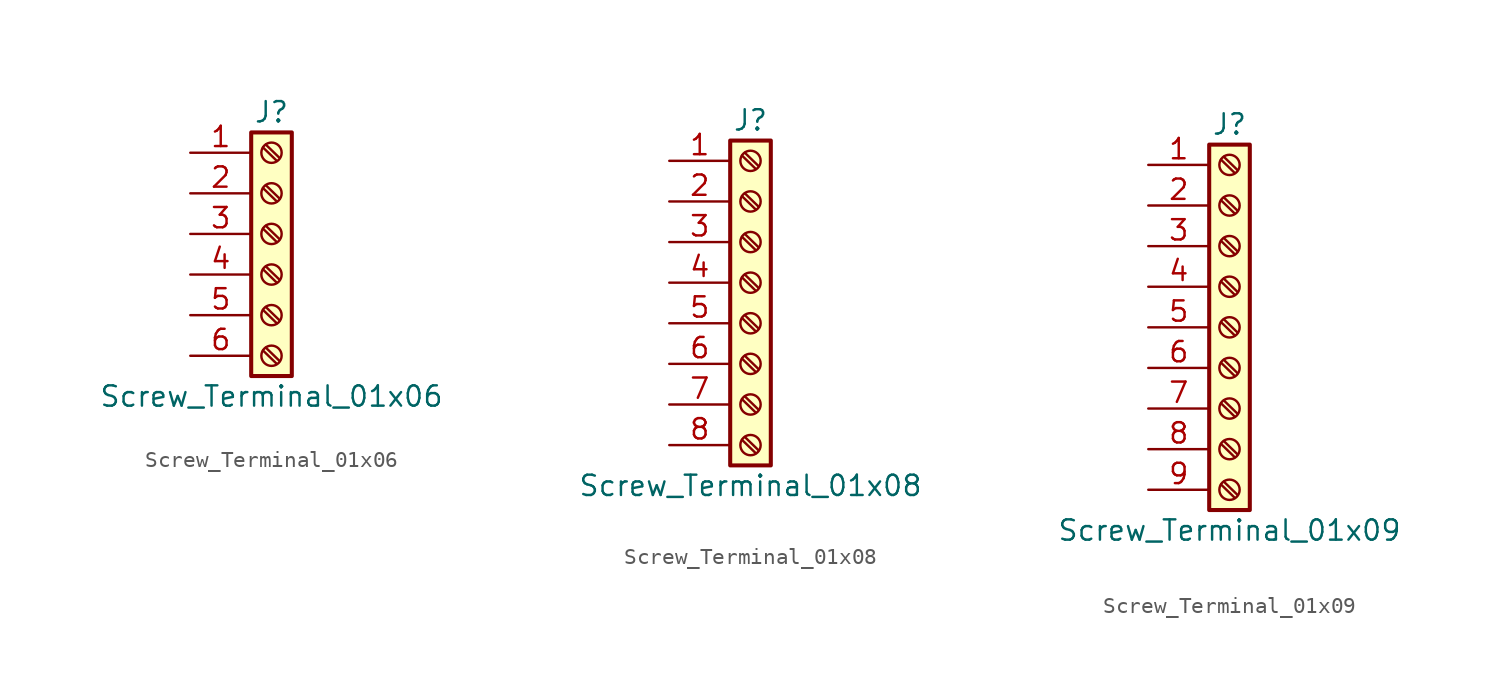
<source format=kicad_sym>
(kicad_symbol_lib
  (version 20201005)
  (generator kicad_symbol_editor)
  (symbol "Connector:Screw_Terminal_01x06"
    (pin_names
      (offset 1.016) hide)
    (property "Reference" "J"
      (at 0 7.62 0)
      (effects (font (size 1.27 1.27))))
    (property "Value" "Screw_Terminal_01x06"
      (at 0 -10.16 0)
      (effects (font (size 1.27 1.27))))
    (symbol "Screw_Terminal_01x06_1_1"
      (circle (center 0 -7.62) (radius 0.635) (stroke (width 0.152)) (fill (type none)))
      (circle (center 0 -5.08) (radius 0.635) (stroke (width 0.152)) (fill (type none)))
      (circle (center 0 -2.54) (radius 0.635) (stroke (width 0.152)) (fill (type none)))
      (circle (center 0 0) (radius 0.635) (stroke (width 0.152)) (fill (type none)))
      (circle (center 0 2.54) (radius 0.635) (stroke (width 0.152)) (fill (type none)))
      (circle (center 0 5.08) (radius 0.635) (stroke (width 0.152)) (fill (type none)))
      (rectangle (start -1.27 6.35) (end 1.27 -8.89) (stroke (width 0.254)) (fill (type background)))
      (polyline (pts (xy -0.533 -7.29) (xy 0.33 -8.128)) (stroke (width 0.152)) (fill (type none)))
      (polyline (pts (xy -0.533 -4.75) (xy 0.33 -5.588)) (stroke (width 0.152)) (fill (type none)))
      (polyline (pts (xy -0.533 -2.21) (xy 0.33 -3.048)) (stroke (width 0.152)) (fill (type none)))
      (polyline (pts (xy -0.533 0.33) (xy 0.33 -0.508)) (stroke (width 0.152)) (fill (type none)))
      (polyline (pts (xy -0.533 2.87) (xy 0.33 2.032)) (stroke (width 0.152)) (fill (type none)))
      (polyline (pts (xy -0.533 5.41) (xy 0.33 4.572)) (stroke (width 0.152)) (fill (type none)))
      (polyline (pts (xy -0.356 -7.112) (xy 0.508 -7.95)) (stroke (width 0.152)) (fill (type none)))
      (polyline (pts (xy -0.356 -4.572) (xy 0.508 -5.41)) (stroke (width 0.152)) (fill (type none)))
      (polyline (pts (xy -0.356 -2.032) (xy 0.508 -2.87)) (stroke (width 0.152)) (fill (type none)))
      (polyline (pts (xy -0.356 0.508) (xy 0.508 -0.33)) (stroke (width 0.152)) (fill (type none)))
      (polyline (pts (xy -0.356 3.048) (xy 0.508 2.21)) (stroke (width 0.152)) (fill (type none)))
      (polyline (pts (xy -0.356 5.588) (xy 0.508 4.75)) (stroke (width 0.152)) (fill (type none)))
      (pin passive line (at -5.08 5.08 0) (length 3.81) (name "Pin_1" (effects (font (size 1.27 1.27)))) (number "1" (effects (font (size 1.27 1.27)))))
      (pin passive line (at -5.08 2.54 0) (length 3.81) (name "Pin_2" (effects (font (size 1.27 1.27)))) (number "2" (effects (font (size 1.27 1.27)))))
      (pin passive line (at -5.08 0 0) (length 3.81) (name "Pin_3" (effects (font (size 1.27 1.27)))) (number "3" (effects (font (size 1.27 1.27)))))
      (pin passive line (at -5.08 -2.54 0) (length 3.81) (name "Pin_4" (effects (font (size 1.27 1.27)))) (number "4" (effects (font (size 1.27 1.27)))))
      (pin passive line (at -5.08 -5.08 0) (length 3.81) (name "Pin_5" (effects (font (size 1.27 1.27)))) (number "5" (effects (font (size 1.27 1.27)))))
      (pin passive line (at -5.08 -7.62 0) (length 3.81) (name "Pin_6" (effects (font (size 1.27 1.27)))) (number "6" (effects (font (size 1.27 1.27)))))))
  (symbol "Connector:Screw_Terminal_01x08"
    (pin_names
      (offset 1.016) hide)
    (property "Reference" "J"
      (at 0 10.16 0)
      (effects (font (size 1.27 1.27))))
    (property "Value" "Screw_Terminal_01x08"
      (at 0 -12.7 0)
      (effects (font (size 1.27 1.27))))
    (symbol "Screw_Terminal_01x08_1_1"
      (circle (center 0 -10.16) (radius 0.635) (stroke (width 0.152)) (fill (type none)))
      (circle (center 0 -7.62) (radius 0.635) (stroke (width 0.152)) (fill (type none)))
      (circle (center 0 -5.08) (radius 0.635) (stroke (width 0.152)) (fill (type none)))
      (circle (center 0 -2.54) (radius 0.635) (stroke (width 0.152)) (fill (type none)))
      (circle (center 0 0) (radius 0.635) (stroke (width 0.152)) (fill (type none)))
      (circle (center 0 2.54) (radius 0.635) (stroke (width 0.152)) (fill (type none)))
      (circle (center 0 5.08) (radius 0.635) (stroke (width 0.152)) (fill (type none)))
      (circle (center 0 7.62) (radius 0.635) (stroke (width 0.152)) (fill (type none)))
      (rectangle (start -1.27 8.89) (end 1.27 -11.43) (stroke (width 0.254)) (fill (type background)))
      (polyline (pts (xy -0.533 -9.83) (xy 0.33 -10.668)) (stroke (width 0.152)) (fill (type none)))
      (polyline (pts (xy -0.533 -7.29) (xy 0.33 -8.128)) (stroke (width 0.152)) (fill (type none)))
      (polyline (pts (xy -0.533 -4.75) (xy 0.33 -5.588)) (stroke (width 0.152)) (fill (type none)))
      (polyline (pts (xy -0.533 -2.21) (xy 0.33 -3.048)) (stroke (width 0.152)) (fill (type none)))
      (polyline (pts (xy -0.533 0.33) (xy 0.33 -0.508)) (stroke (width 0.152)) (fill (type none)))
      (polyline (pts (xy -0.533 2.87) (xy 0.33 2.032)) (stroke (width 0.152)) (fill (type none)))
      (polyline (pts (xy -0.533 5.41) (xy 0.33 4.572)) (stroke (width 0.152)) (fill (type none)))
      (polyline (pts (xy -0.533 7.95) (xy 0.33 7.112)) (stroke (width 0.152)) (fill (type none)))
      (polyline (pts (xy -0.356 -9.652) (xy 0.508 -10.49)) (stroke (width 0.152)) (fill (type none)))
      (polyline (pts (xy -0.356 -7.112) (xy 0.508 -7.95)) (stroke (width 0.152)) (fill (type none)))
      (polyline (pts (xy -0.356 -4.572) (xy 0.508 -5.41)) (stroke (width 0.152)) (fill (type none)))
      (polyline (pts (xy -0.356 -2.032) (xy 0.508 -2.87)) (stroke (width 0.152)) (fill (type none)))
      (polyline (pts (xy -0.356 0.508) (xy 0.508 -0.33)) (stroke (width 0.152)) (fill (type none)))
      (polyline (pts (xy -0.356 3.048) (xy 0.508 2.21)) (stroke (width 0.152)) (fill (type none)))
      (polyline (pts (xy -0.356 5.588) (xy 0.508 4.75)) (stroke (width 0.152)) (fill (type none)))
      (polyline (pts (xy -0.356 8.128) (xy 0.508 7.29)) (stroke (width 0.152)) (fill (type none)))
      (pin passive line (at -5.08 7.62 0) (length 3.81) (name "Pin_1" (effects (font (size 1.27 1.27)))) (number "1" (effects (font (size 1.27 1.27)))))
      (pin passive line (at -5.08 5.08 0) (length 3.81) (name "Pin_2" (effects (font (size 1.27 1.27)))) (number "2" (effects (font (size 1.27 1.27)))))
      (pin passive line (at -5.08 2.54 0) (length 3.81) (name "Pin_3" (effects (font (size 1.27 1.27)))) (number "3" (effects (font (size 1.27 1.27)))))
      (pin passive line (at -5.08 0 0) (length 3.81) (name "Pin_4" (effects (font (size 1.27 1.27)))) (number "4" (effects (font (size 1.27 1.27)))))
      (pin passive line (at -5.08 -2.54 0) (length 3.81) (name "Pin_5" (effects (font (size 1.27 1.27)))) (number "5" (effects (font (size 1.27 1.27)))))
      (pin passive line (at -5.08 -5.08 0) (length 3.81) (name "Pin_6" (effects (font (size 1.27 1.27)))) (number "6" (effects (font (size 1.27 1.27)))))
      (pin passive line (at -5.08 -7.62 0) (length 3.81) (name "Pin_7" (effects (font (size 1.27 1.27)))) (number "7" (effects (font (size 1.27 1.27)))))
      (pin passive line (at -5.08 -10.16 0) (length 3.81) (name "Pin_8" (effects (font (size 1.27 1.27)))) (number "8" (effects (font (size 1.27 1.27)))))))
  (symbol "Connector:Screw_Terminal_01x09"
    (pin_names
      (offset 1.016) hide)
    (property "Reference" "J"
      (at 0 12.7 0)
      (effects (font (size 1.27 1.27))))
    (property "Value" "Screw_Terminal_01x09"
      (at 0 -12.7 0)
      (effects (font (size 1.27 1.27))))
    (symbol "Screw_Terminal_01x09_1_1"
      (circle (center 0 -10.16) (radius 0.635) (stroke (width 0.152)) (fill (type none)))
      (circle (center 0 -7.62) (radius 0.635) (stroke (width 0.152)) (fill (type none)))
      (circle (center 0 -5.08) (radius 0.635) (stroke (width 0.152)) (fill (type none)))
      (circle (center 0 -2.54) (radius 0.635) (stroke (width 0.152)) (fill (type none)))
      (circle (center 0 0) (radius 0.635) (stroke (width 0.152)) (fill (type none)))
      (circle (center 0 2.54) (radius 0.635) (stroke (width 0.152)) (fill (type none)))
      (circle (center 0 5.08) (radius 0.635) (stroke (width 0.152)) (fill (type none)))
      (circle (center 0 7.62) (radius 0.635) (stroke (width 0.152)) (fill (type none)))
      (circle (center 0 10.16) (radius 0.635) (stroke (width 0.152)) (fill (type none)))
      (rectangle (start -1.27 11.43) (end 1.27 -11.43) (stroke (width 0.254)) (fill (type background)))
      (polyline (pts (xy -0.533 -9.83) (xy 0.33 -10.668)) (stroke (width 0.152)) (fill (type none)))
      (polyline (pts (xy -0.533 -7.29) (xy 0.33 -8.128)) (stroke (width 0.152)) (fill (type none)))
      (polyline (pts (xy -0.533 -4.75) (xy 0.33 -5.588)) (stroke (width 0.152)) (fill (type none)))
      (polyline (pts (xy -0.533 -2.21) (xy 0.33 -3.048)) (stroke (width 0.152)) (fill (type none)))
      (polyline (pts (xy -0.533 0.33) (xy 0.33 -0.508)) (stroke (width 0.152)) (fill (type none)))
      (polyline (pts (xy -0.533 2.87) (xy 0.33 2.032)) (stroke (width 0.152)) (fill (type none)))
      (polyline (pts (xy -0.533 5.41) (xy 0.33 4.572)) (stroke (width 0.152)) (fill (type none)))
      (polyline (pts (xy -0.533 7.95) (xy 0.33 7.112)) (stroke (width 0.152)) (fill (type none)))
      (polyline (pts (xy -0.533 10.49) (xy 0.33 9.652)) (stroke (width 0.152)) (fill (type none)))
      (polyline (pts (xy -0.356 -9.652) (xy 0.508 -10.49)) (stroke (width 0.152)) (fill (type none)))
      (polyline (pts (xy -0.356 -7.112) (xy 0.508 -7.95)) (stroke (width 0.152)) (fill (type none)))
      (polyline (pts (xy -0.356 -4.572) (xy 0.508 -5.41)) (stroke (width 0.152)) (fill (type none)))
      (polyline (pts (xy -0.356 -2.032) (xy 0.508 -2.87)) (stroke (width 0.152)) (fill (type none)))
      (polyline (pts (xy -0.356 0.508) (xy 0.508 -0.33)) (stroke (width 0.152)) (fill (type none)))
      (polyline (pts (xy -0.356 3.048) (xy 0.508 2.21)) (stroke (width 0.152)) (fill (type none)))
      (polyline (pts (xy -0.356 5.588) (xy 0.508 4.75)) (stroke (width 0.152)) (fill (type none)))
      (polyline (pts (xy -0.356 8.128) (xy 0.508 7.29)) (stroke (width 0.152)) (fill (type none)))
      (polyline (pts (xy -0.356 10.668) (xy 0.508 9.83)) (stroke (width 0.152)) (fill (type none)))
      (pin passive line (at -5.08 10.16 0) (length 3.81) (name "Pin_1" (effects (font (size 1.27 1.27)))) (number "1" (effects (font (size 1.27 1.27)))))
      (pin passive line (at -5.08 7.62 0) (length 3.81) (name "Pin_2" (effects (font (size 1.27 1.27)))) (number "2" (effects (font (size 1.27 1.27)))))
      (pin passive line (at -5.08 5.08 0) (length 3.81) (name "Pin_3" (effects (font (size 1.27 1.27)))) (number "3" (effects (font (size 1.27 1.27)))))
      (pin passive line (at -5.08 2.54 0) (length 3.81) (name "Pin_4" (effects (font (size 1.27 1.27)))) (number "4" (effects (font (size 1.27 1.27)))))
      (pin passive line (at -5.08 0 0) (length 3.81) (name "Pin_5" (effects (font (size 1.27 1.27)))) (number "5" (effects (font (size 1.27 1.27)))))
      (pin passive line (at -5.08 -2.54 0) (length 3.81) (name "Pin_6" (effects (font (size 1.27 1.27)))) (number "6" (effects (font (size 1.27 1.27)))))
      (pin passive line (at -5.08 -5.08 0) (length 3.81) (name "Pin_7" (effects (font (size 1.27 1.27)))) (number "7" (effects (font (size 1.27 1.27)))))
      (pin passive line (at -5.08 -7.62 0) (length 3.81) (name "Pin_8" (effects (font (size 1.27 1.27)))) (number "8" (effects (font (size 1.27 1.27)))))
      (pin passive line (at -5.08 -10.16 0) (length 3.81) (name "Pin_9" (effects (font (size 1.27 1.27)))) (number "9" (effects (font (size 1.27 1.27))))))))
</source>
